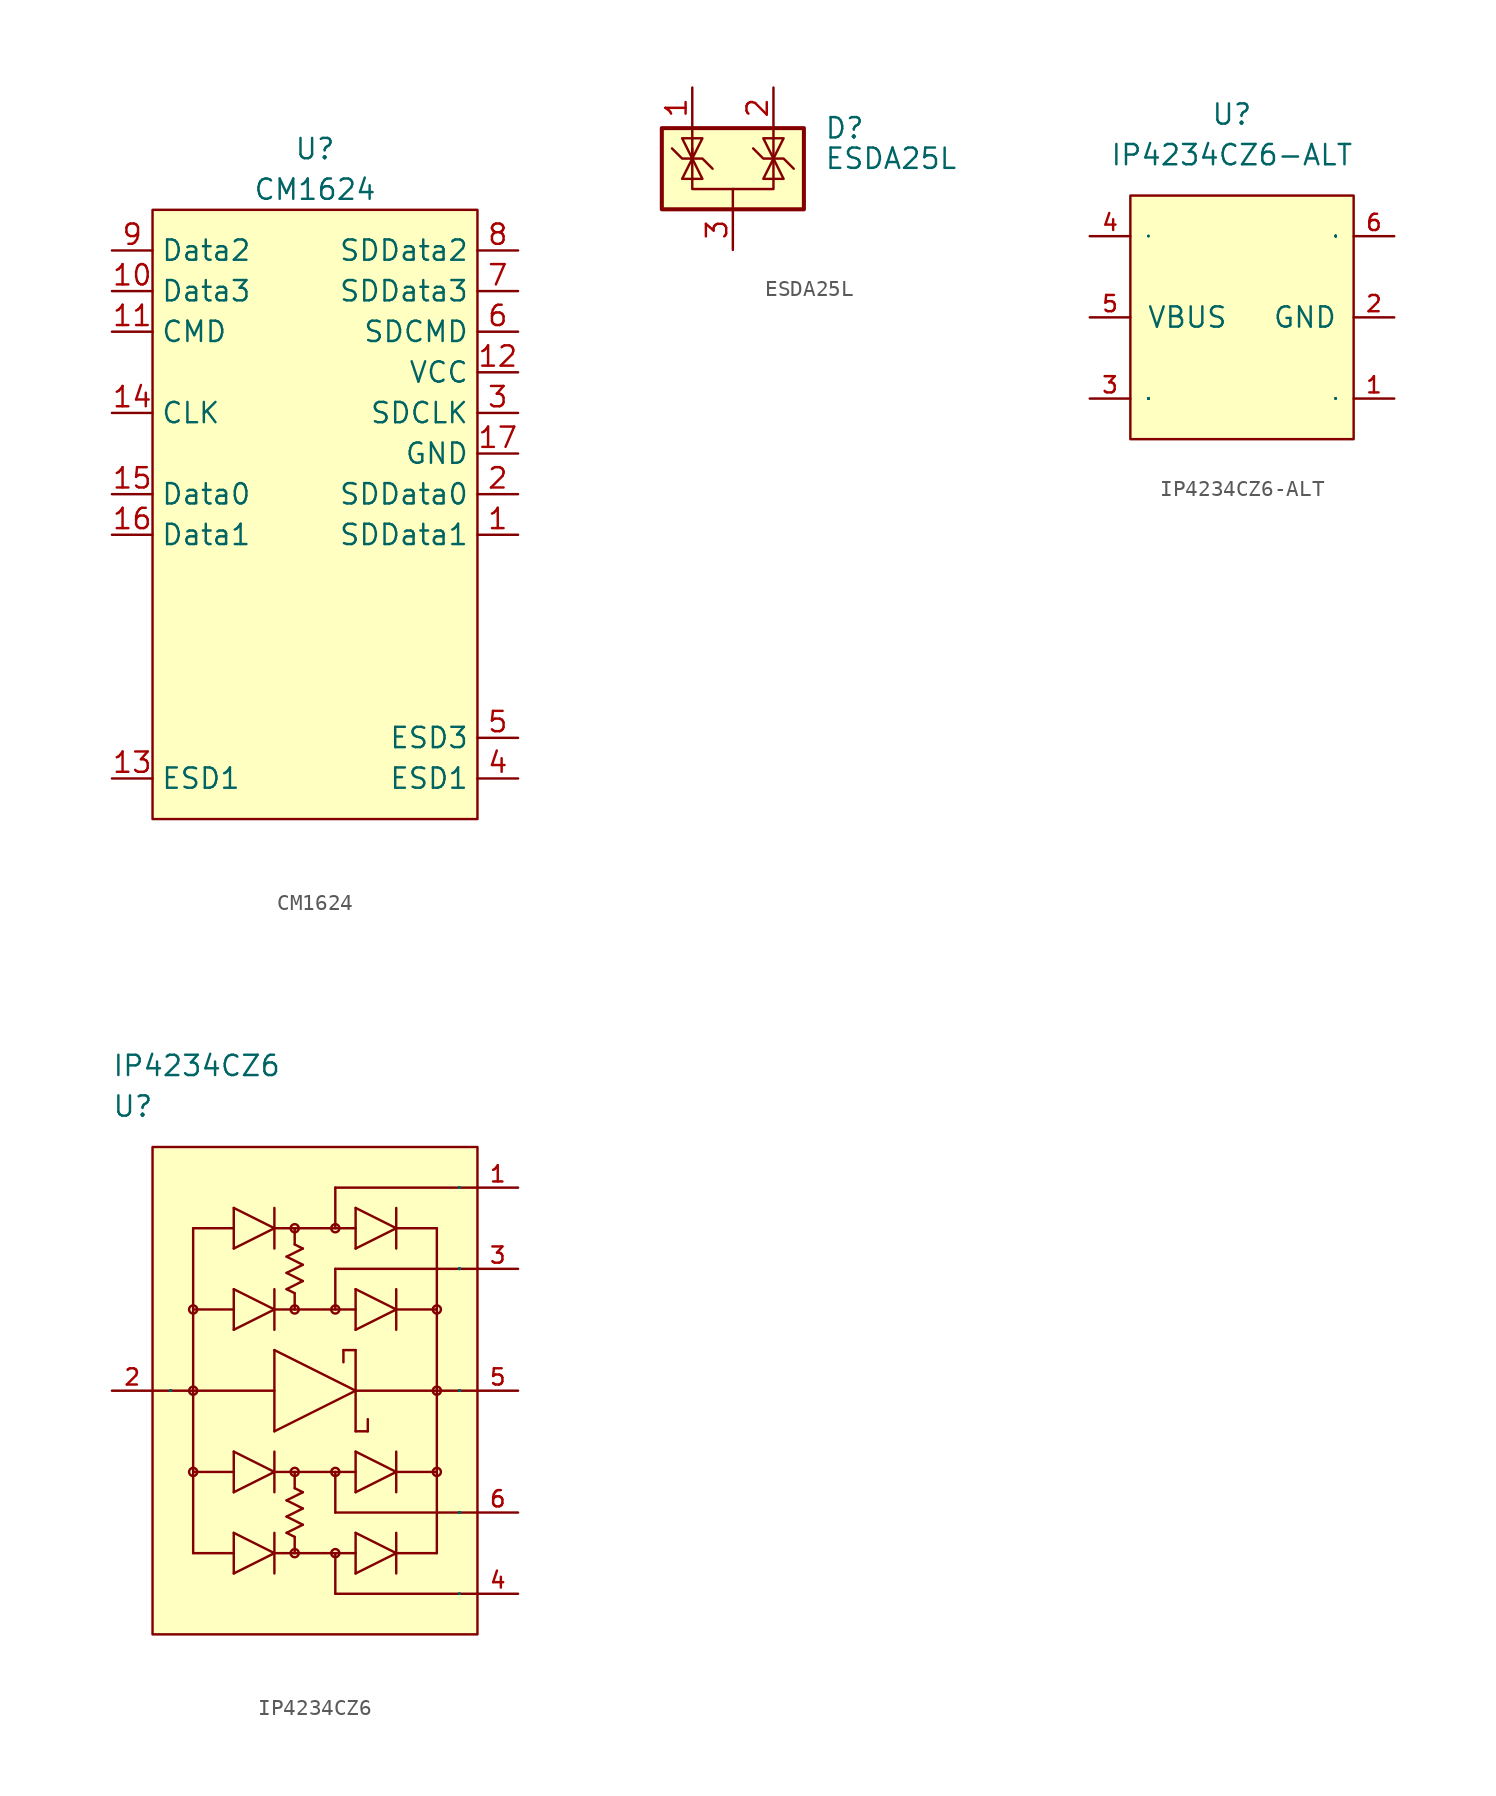
<source format=kicad_sym>
(kicad_symbol_lib
  (version 20231120)
  (generator "kicad_symbol_editor")
  (generator_version "8.0")
  (symbol "CM1624"
    (property "Reference" "U"
      (at 0 3.81 0)
      (effects (font (size 1.27 1.27))))
    (property "Value" "CM1624"
      (at 0 1.27 0)
      (effects (font (size 1.27 1.27))))
    (symbol "CM1624_1_1"
      (rectangle (start -10.16 0) (end 10.16 -38.1) (stroke (width 0) (type default)) (fill (type background)))
      (pin passive line (at 12.7 -20.32 180) (length 2.54) (name "SDData1" (effects (font (size 1.27 1.27)))) (number "1" (effects (font (size 1.27 1.27)))))
      (pin passive line (at -12.7 -5.08 0) (length 2.54) (name "Data3" (effects (font (size 1.27 1.27)))) (number "10" (effects (font (size 1.27 1.27)))))
      (pin passive line (at -12.7 -7.62 0) (length 2.54) (name "CMD" (effects (font (size 1.27 1.27)))) (number "11" (effects (font (size 1.27 1.27)))))
      (pin passive line (at 12.7 -10.16 180) (length 2.54) (name "VCC" (effects (font (size 1.27 1.27)))) (number "12" (effects (font (size 1.27 1.27)))))
      (pin passive line (at -12.7 -35.56 0) (length 2.54) (name "ESD1" (effects (font (size 1.27 1.27)))) (number "13" (effects (font (size 1.27 1.27)))))
      (pin passive line (at -12.7 -12.7 0) (length 2.54) (name "CLK" (effects (font (size 1.27 1.27)))) (number "14" (effects (font (size 1.27 1.27)))))
      (pin passive line (at -12.7 -17.78 0) (length 2.54) (name "Data0" (effects (font (size 1.27 1.27)))) (number "15" (effects (font (size 1.27 1.27)))))
      (pin passive line (at -12.7 -20.32 0) (length 2.54) (name "Data1" (effects (font (size 1.27 1.27)))) (number "16" (effects (font (size 1.27 1.27)))))
      (pin passive line (at 12.7 -15.24 180) (length 2.54) (name "GND" (effects (font (size 1.27 1.27)))) (number "17" (effects (font (size 1.27 1.27)))))
      (pin passive line (at 12.7 -17.78 180) (length 2.54) (name "SDData0" (effects (font (size 1.27 1.27)))) (number "2" (effects (font (size 1.27 1.27)))))
      (pin passive line (at 12.7 -12.7 180) (length 2.54) (name "SDCLK" (effects (font (size 1.27 1.27)))) (number "3" (effects (font (size 1.27 1.27)))))
      (pin passive line (at 12.7 -35.56 180) (length 2.54) (name "ESD1" (effects (font (size 1.27 1.27)))) (number "4" (effects (font (size 1.27 1.27)))))
      (pin passive line (at 12.7 -33.02 180) (length 2.54) (name "ESD3" (effects (font (size 1.27 1.27)))) (number "5" (effects (font (size 1.27 1.27)))))
      (pin passive line (at 12.7 -7.62 180) (length 2.54) (name "SDCMD" (effects (font (size 1.27 1.27)))) (number "6" (effects (font (size 1.27 1.27)))))
      (pin passive line (at 12.7 -5.08 180) (length 2.54) (name "SDData3" (effects (font (size 1.27 1.27)))) (number "7" (effects (font (size 1.27 1.27)))))
      (pin passive line (at 12.7 -2.54 180) (length 2.54) (name "SDData2" (effects (font (size 1.27 1.27)))) (number "8" (effects (font (size 1.27 1.27)))))
      (pin passive line (at -12.7 -2.54 0) (length 2.54) (name "Data2" (effects (font (size 1.27 1.27)))) (number "9" (effects (font (size 1.27 1.27)))))))
  (symbol "ESDA25L"
    (pin_names hide)
    (property "Reference" "D"
      (at 5.715 2.54 0)
      (effects (font (size 1.27 1.27)) (justify left)))
    (property "Value" "ESDA25L"
      (at 5.715 0.635 0)
      (effects (font (size 1.27 1.27)) (justify left)))
    (symbol "ESDA25L_0_0"
      (pin passive line (at 0 -5.08 90) (length 2.54) (name "A" (effects (font (size 1.27 1.27)))) (number "3" (effects (font (size 1.27 1.27))))))
    (symbol "ESDA25L_0_1"
      (rectangle (start -4.445 2.54) (end 4.445 -2.54) (stroke (width 0.254) (type default)) (fill (type background)))
      (polyline (pts (xy -2.54 2.54) (xy -2.54 0.635)) (stroke (width 0) (type default)) (fill (type none)))
      (polyline (pts (xy 0 -1.27) (xy 0 -2.54)) (stroke (width 0) (type default)) (fill (type none)))
      (polyline (pts (xy 2.54 2.54) (xy 2.54 0.635)) (stroke (width 0) (type default)) (fill (type none)))
      (polyline (pts (xy -3.81 1.27) (xy -3.175 0.635) (xy -1.905 0.635) (xy -1.27 0)) (stroke (width 0) (type default)) (fill (type none)))
      (polyline (pts (xy -2.54 0.635) (xy -2.54 -1.27) (xy 2.54 -1.27) (xy 2.54 0.635)) (stroke (width 0) (type default)) (fill (type none)))
      (polyline (pts (xy -2.54 0.635) (xy -1.905 -0.635) (xy -3.175 -0.635) (xy -2.54 0.635)) (stroke (width 0) (type default)) (fill (type none)))
      (polyline (pts (xy 2.54 0.635) (xy 1.905 -0.635) (xy 3.175 -0.635) (xy 2.54 0.635)) (stroke (width 0) (type default)) (fill (type none)))
      (polyline (pts (xy 2.54 0.635) (xy 3.175 1.905) (xy 1.905 1.905) (xy 2.54 0.635)) (stroke (width 0) (type default)) (fill (type none)))
      (polyline (pts (xy -2.54 0.635) (xy -3.175 1.905) (xy -1.905 1.905) (xy -2.54 0.635) (xy -2.54 1.27)) (stroke (width 0) (type default)) (fill (type none)))
      (polyline (pts (xy 1.27 1.27) (xy 1.905 0.635) (xy 2.54 0.635) (xy 3.175 0.635) (xy 3.81 0)) (stroke (width 0) (type default)) (fill (type none))))
    (symbol "ESDA25L_1_1"
      (pin passive line (at -2.54 5.08 270) (length 2.54) (name "K" (effects (font (size 1.27 1.27)))) (number "1" (effects (font (size 1.27 1.27)))))
      (pin passive line (at 2.54 5.08 270) (length 2.54) (name "K" (effects (font (size 1.27 1.27)))) (number "2" (effects (font (size 1.27 1.27)))))))
  (symbol "IP4234CZ6-ALT"
    (pin_names
      (offset 1.016))
    (property "Reference" "U"
      (at 6.35 5.08 0)
      (effects (font (size 1.27 1.27))))
    (property "Value" "IP4234CZ6-ALT"
      (at 6.35 2.54 0)
      (effects (font (size 1.27 1.27))))
    (symbol "IP4234CZ6-ALT_0_1"
      (rectangle (start 0 0) (end 13.97 -15.24) (stroke (width 0) (type default)) (fill (type background))))
    (symbol "IP4234CZ6-ALT_1_1"
      (pin passive line (at 16.51 -12.7 180) (length 2.54) (name "1" (effects (font (size 0.025 0.025)))) (number "1" (effects (font (size 1.016 1.016)))))
      (pin passive line (at 16.51 -7.62 180) (length 2.54) (name "GND" (effects (font (size 1.27 1.27)))) (number "2" (effects (font (size 1.016 1.016)))))
      (pin passive line (at -2.54 -12.7 0) (length 2.54) (name "3" (effects (font (size 0.025 0.025)))) (number "3" (effects (font (size 1.016 1.016)))))
      (pin passive line (at -2.54 -2.54 0) (length 2.54) (name "4" (effects (font (size 0.025 0.025)))) (number "4" (effects (font (size 1.016 1.016)))))
      (pin passive line (at -2.54 -7.62 0) (length 2.54) (name "VBUS" (effects (font (size 1.27 1.27)))) (number "5" (effects (font (size 1.016 1.016)))))
      (pin passive line (at 16.51 -2.54 180) (length 2.54) (name "6" (effects (font (size 0.025 0.025)))) (number "6" (effects (font (size 1.016 1.016)))))))
  (symbol "IP4234CZ6"
    (pin_names
      (offset 1.016))
    (property "Reference" "U"
      (at 0 17.78 0)
      (effects (font (size 1.27 1.27)) (justify left)))
    (property "Value" "IP4234CZ6"
      (at 0 20.32 0)
      (effects (font (size 1.27 1.27)) (justify left)))
    (symbol "IP4234CZ6_1_1"
      (polyline (pts (xy 2.54 0) (xy 10.16 0)) (stroke (width 0) (type solid)) (fill (type none)))
      (polyline (pts (xy 5.08 -10.16) (xy 7.62 -10.16)) (stroke (width 0) (type solid)) (fill (type none)))
      (polyline (pts (xy 5.08 -5.08) (xy 7.62 -5.08)) (stroke (width 0) (type solid)) (fill (type none)))
      (polyline (pts (xy 5.08 10.16) (xy 5.08 -10.16)) (stroke (width 0) (type solid)) (fill (type none)))
      (polyline (pts (xy 7.62 -8.89) (xy 7.62 -11.43)) (stroke (width 0) (type solid)) (fill (type none)))
      (polyline (pts (xy 7.62 -8.89) (xy 10.16 -10.16)) (stroke (width 0) (type solid)) (fill (type none)))
      (polyline (pts (xy 7.62 -3.81) (xy 7.62 -6.35)) (stroke (width 0) (type solid)) (fill (type none)))
      (polyline (pts (xy 7.62 -3.81) (xy 10.16 -5.08)) (stroke (width 0) (type solid)) (fill (type none)))
      (polyline (pts (xy 7.62 5.08) (xy 5.08 5.08)) (stroke (width 0) (type solid)) (fill (type none)))
      (polyline (pts (xy 7.62 6.35) (xy 7.62 3.81)) (stroke (width 0) (type solid)) (fill (type none)))
      (polyline (pts (xy 7.62 6.35) (xy 10.16 5.08)) (stroke (width 0) (type solid)) (fill (type none)))
      (polyline (pts (xy 7.62 10.16) (xy 5.08 10.16)) (stroke (width 0) (type solid)) (fill (type none)))
      (polyline (pts (xy 7.62 11.43) (xy 7.62 8.89)) (stroke (width 0) (type solid)) (fill (type none)))
      (polyline (pts (xy 7.62 11.43) (xy 10.16 10.16)) (stroke (width 0) (type solid)) (fill (type none)))
      (polyline (pts (xy 10.16 -10.16) (xy 7.62 -11.43)) (stroke (width 0) (type solid)) (fill (type none)))
      (polyline (pts (xy 10.16 -10.16) (xy 15.24 -10.16)) (stroke (width 0) (type solid)) (fill (type none)))
      (polyline (pts (xy 10.16 -8.89) (xy 10.16 -11.43)) (stroke (width 0) (type solid)) (fill (type none)))
      (polyline (pts (xy 10.16 -5.08) (xy 7.62 -6.35)) (stroke (width 0) (type solid)) (fill (type none)))
      (polyline (pts (xy 10.16 -5.08) (xy 15.24 -5.08)) (stroke (width 0) (type solid)) (fill (type none)))
      (polyline (pts (xy 10.16 -3.81) (xy 10.16 -6.35)) (stroke (width 0) (type solid)) (fill (type none)))
      (polyline (pts (xy 10.16 -2.54) (xy 15.24 0)) (stroke (width 0) (type solid)) (fill (type none)))
      (polyline (pts (xy 10.16 2.54) (xy 10.16 -2.54)) (stroke (width 0) (type solid)) (fill (type none)))
      (polyline (pts (xy 10.16 5.08) (xy 7.62 3.81)) (stroke (width 0) (type solid)) (fill (type none)))
      (polyline (pts (xy 10.16 5.08) (xy 15.24 5.08)) (stroke (width 0) (type solid)) (fill (type none)))
      (polyline (pts (xy 10.16 6.35) (xy 10.16 3.81)) (stroke (width 0) (type solid)) (fill (type none)))
      (polyline (pts (xy 10.16 10.16) (xy 7.62 8.89)) (stroke (width 0) (type solid)) (fill (type none)))
      (polyline (pts (xy 10.16 10.16) (xy 15.24 10.16)) (stroke (width 0) (type solid)) (fill (type none)))
      (polyline (pts (xy 10.16 11.43) (xy 10.16 8.89)) (stroke (width 0) (type solid)) (fill (type none)))
      (polyline (pts (xy 10.922 -8.89) (xy 11.938 -8.382)) (stroke (width 0) (type solid)) (fill (type none)))
      (polyline (pts (xy 10.922 -7.874) (xy 11.938 -7.366)) (stroke (width 0) (type solid)) (fill (type none)))
      (polyline (pts (xy 10.922 -6.858) (xy 11.938 -6.35)) (stroke (width 0) (type solid)) (fill (type none)))
      (polyline (pts (xy 10.922 6.35) (xy 11.43 6.096)) (stroke (width 0) (type solid)) (fill (type none)))
      (polyline (pts (xy 10.922 7.366) (xy 11.938 6.858)) (stroke (width 0) (type solid)) (fill (type none)))
      (polyline (pts (xy 10.922 8.382) (xy 11.938 7.874)) (stroke (width 0) (type solid)) (fill (type none)))
      (polyline (pts (xy 11.43 -9.144) (xy 10.922 -8.89)) (stroke (width 0) (type solid)) (fill (type none)))
      (polyline (pts (xy 11.43 -9.144) (xy 11.43 -10.16)) (stroke (width 0) (type solid)) (fill (type none)))
      (polyline (pts (xy 11.43 -6.096) (xy 11.43 -5.08)) (stroke (width 0) (type solid)) (fill (type none)))
      (polyline (pts (xy 11.43 6.096) (xy 11.43 5.08)) (stroke (width 0) (type solid)) (fill (type none)))
      (polyline (pts (xy 11.43 9.144) (xy 11.43 10.16)) (stroke (width 0) (type solid)) (fill (type none)))
      (polyline (pts (xy 11.43 9.144) (xy 11.938 8.89)) (stroke (width 0) (type solid)) (fill (type none)))
      (polyline (pts (xy 11.938 -8.382) (xy 10.922 -7.874)) (stroke (width 0) (type solid)) (fill (type none)))
      (polyline (pts (xy 11.938 -7.366) (xy 10.922 -6.858)) (stroke (width 0) (type solid)) (fill (type none)))
      (polyline (pts (xy 11.938 -6.35) (xy 11.43 -6.096)) (stroke (width 0) (type solid)) (fill (type none)))
      (polyline (pts (xy 11.938 6.858) (xy 10.922 6.35)) (stroke (width 0) (type solid)) (fill (type none)))
      (polyline (pts (xy 11.938 7.874) (xy 10.922 7.366)) (stroke (width 0) (type solid)) (fill (type none)))
      (polyline (pts (xy 11.938 8.89) (xy 10.922 8.382)) (stroke (width 0) (type solid)) (fill (type none)))
      (polyline (pts (xy 13.97 -12.7) (xy 22.86 -12.7)) (stroke (width 0) (type solid)) (fill (type none)))
      (polyline (pts (xy 13.97 -10.16) (xy 13.97 -12.7)) (stroke (width 0) (type solid)) (fill (type none)))
      (polyline (pts (xy 13.97 -7.62) (xy 22.86 -7.62)) (stroke (width 0) (type solid)) (fill (type none)))
      (polyline (pts (xy 13.97 -5.08) (xy 13.97 -7.62)) (stroke (width 0) (type solid)) (fill (type none)))
      (polyline (pts (xy 13.97 5.08) (xy 13.97 7.62)) (stroke (width 0) (type solid)) (fill (type none)))
      (polyline (pts (xy 13.97 7.62) (xy 22.86 7.62)) (stroke (width 0) (type solid)) (fill (type none)))
      (polyline (pts (xy 13.97 10.16) (xy 13.97 12.7)) (stroke (width 0) (type solid)) (fill (type none)))
      (polyline (pts (xy 13.97 12.7) (xy 22.86 12.7)) (stroke (width 0) (type solid)) (fill (type none)))
      (polyline (pts (xy 14.478 1.778) (xy 14.478 2.54)) (stroke (width 0) (type solid)) (fill (type none)))
      (polyline (pts (xy 14.478 2.54) (xy 15.24 2.54)) (stroke (width 0) (type solid)) (fill (type none)))
      (polyline (pts (xy 15.24 -8.89) (xy 15.24 -11.43)) (stroke (width 0) (type solid)) (fill (type none)))
      (polyline (pts (xy 15.24 -8.89) (xy 17.78 -10.16)) (stroke (width 0) (type solid)) (fill (type none)))
      (polyline (pts (xy 15.24 -3.81) (xy 15.24 -6.35)) (stroke (width 0) (type solid)) (fill (type none)))
      (polyline (pts (xy 15.24 -3.81) (xy 17.78 -5.08)) (stroke (width 0) (type solid)) (fill (type none)))
      (polyline (pts (xy 15.24 -2.54) (xy 16.002 -2.54)) (stroke (width 0) (type solid)) (fill (type none)))
      (polyline (pts (xy 15.24 0) (xy 10.16 2.54)) (stroke (width 0) (type solid)) (fill (type none)))
      (polyline (pts (xy 15.24 2.54) (xy 15.24 -2.54)) (stroke (width 0) (type solid)) (fill (type none)))
      (polyline (pts (xy 15.24 6.35) (xy 15.24 3.81)) (stroke (width 0) (type solid)) (fill (type none)))
      (polyline (pts (xy 15.24 6.35) (xy 17.78 5.08)) (stroke (width 0) (type solid)) (fill (type none)))
      (polyline (pts (xy 15.24 11.43) (xy 15.24 8.89)) (stroke (width 0) (type solid)) (fill (type none)))
      (polyline (pts (xy 15.24 11.43) (xy 17.78 10.16)) (stroke (width 0) (type solid)) (fill (type none)))
      (polyline (pts (xy 16.002 -2.54) (xy 16.002 -1.778)) (stroke (width 0) (type solid)) (fill (type none)))
      (polyline (pts (xy 17.78 -10.16) (xy 15.24 -11.43)) (stroke (width 0) (type solid)) (fill (type none)))
      (polyline (pts (xy 17.78 -8.89) (xy 17.78 -11.43)) (stroke (width 0) (type solid)) (fill (type none)))
      (polyline (pts (xy 17.78 -5.08) (xy 15.24 -6.35)) (stroke (width 0) (type solid)) (fill (type none)))
      (polyline (pts (xy 17.78 -5.08) (xy 20.32 -5.08)) (stroke (width 0) (type solid)) (fill (type none)))
      (polyline (pts (xy 17.78 -3.81) (xy 17.78 -6.35)) (stroke (width 0) (type solid)) (fill (type none)))
      (polyline (pts (xy 17.78 5.08) (xy 15.24 3.81)) (stroke (width 0) (type solid)) (fill (type none)))
      (polyline (pts (xy 17.78 5.08) (xy 20.32 5.08)) (stroke (width 0) (type solid)) (fill (type none)))
      (polyline (pts (xy 17.78 6.35) (xy 17.78 3.81)) (stroke (width 0) (type solid)) (fill (type none)))
      (polyline (pts (xy 17.78 10.16) (xy 15.24 8.89)) (stroke (width 0) (type solid)) (fill (type none)))
      (polyline (pts (xy 17.78 10.16) (xy 20.32 10.16)) (stroke (width 0) (type solid)) (fill (type none)))
      (polyline (pts (xy 17.78 11.43) (xy 17.78 8.89)) (stroke (width 0) (type solid)) (fill (type none)))
      (polyline (pts (xy 20.32 -10.16) (xy 17.78 -10.16)) (stroke (width 0) (type solid)) (fill (type none)))
      (polyline (pts (xy 20.32 10.16) (xy 20.32 -10.16)) (stroke (width 0) (type solid)) (fill (type none)))
      (polyline (pts (xy 22.86 0) (xy 15.24 0)) (stroke (width 0) (type solid)) (fill (type none)))
      (rectangle (start 2.54 15.24) (end 22.86 -15.24) (stroke (width 0) (type solid)) (fill (type background)))
      (circle (center 5.08 -5.08) (radius 0.254) (stroke (width 0) (type solid)) (fill (type none)))
      (circle (center 5.08 0) (radius 0.254) (stroke (width 0) (type solid)) (fill (type none)))
      (circle (center 5.08 5.08) (radius 0.254) (stroke (width 0) (type solid)) (fill (type none)))
      (circle (center 11.43 -10.16) (radius 0.254) (stroke (width 0) (type solid)) (fill (type none)))
      (circle (center 11.43 -5.08) (radius 0.254) (stroke (width 0) (type solid)) (fill (type none)))
      (circle (center 11.43 5.08) (radius 0.254) (stroke (width 0) (type solid)) (fill (type none)))
      (circle (center 11.43 10.16) (radius 0.254) (stroke (width 0) (type solid)) (fill (type none)))
      (circle (center 13.97 -10.16) (radius 0.254) (stroke (width 0) (type solid)) (fill (type none)))
      (circle (center 13.97 -5.08) (radius 0.254) (stroke (width 0) (type solid)) (fill (type none)))
      (circle (center 13.97 5.08) (radius 0.254) (stroke (width 0) (type solid)) (fill (type none)))
      (circle (center 13.97 10.16) (radius 0.254) (stroke (width 0) (type solid)) (fill (type none)))
      (circle (center 20.32 -5.08) (radius 0.254) (stroke (width 0) (type solid)) (fill (type none)))
      (circle (center 20.32 0) (radius 0.254) (stroke (width 0) (type solid)) (fill (type none)))
      (circle (center 20.32 5.08) (radius 0.254) (stroke (width 0) (type solid)) (fill (type none)))
      (pin passive line (at 25.4 12.7 180) (length 2.54) (name "1" (effects (font (size 0.025 0.025)))) (number "1" (effects (font (size 1.016 1.016)))))
      (pin passive line (at 0 0 0) (length 2.54) (name "2" (effects (font (size 0.025 0.025)))) (number "2" (effects (font (size 1.016 1.016)))))
      (pin passive line (at 25.4 7.62 180) (length 2.54) (name "3" (effects (font (size 0.025 0.025)))) (number "3" (effects (font (size 1.016 1.016)))))
      (pin passive line (at 25.4 -12.7 180) (length 2.54) (name "4" (effects (font (size 0.025 0.025)))) (number "4" (effects (font (size 1.016 1.016)))))
      (pin passive line (at 25.4 0 180) (length 2.54) (name "5" (effects (font (size 0.025 0.025)))) (number "5" (effects (font (size 1.016 1.016)))))
      (pin passive line (at 25.4 -7.62 180) (length 2.54) (name "6" (effects (font (size 0.025 0.025)))) (number "6" (effects (font (size 1.016 1.016))))))))
</source>
